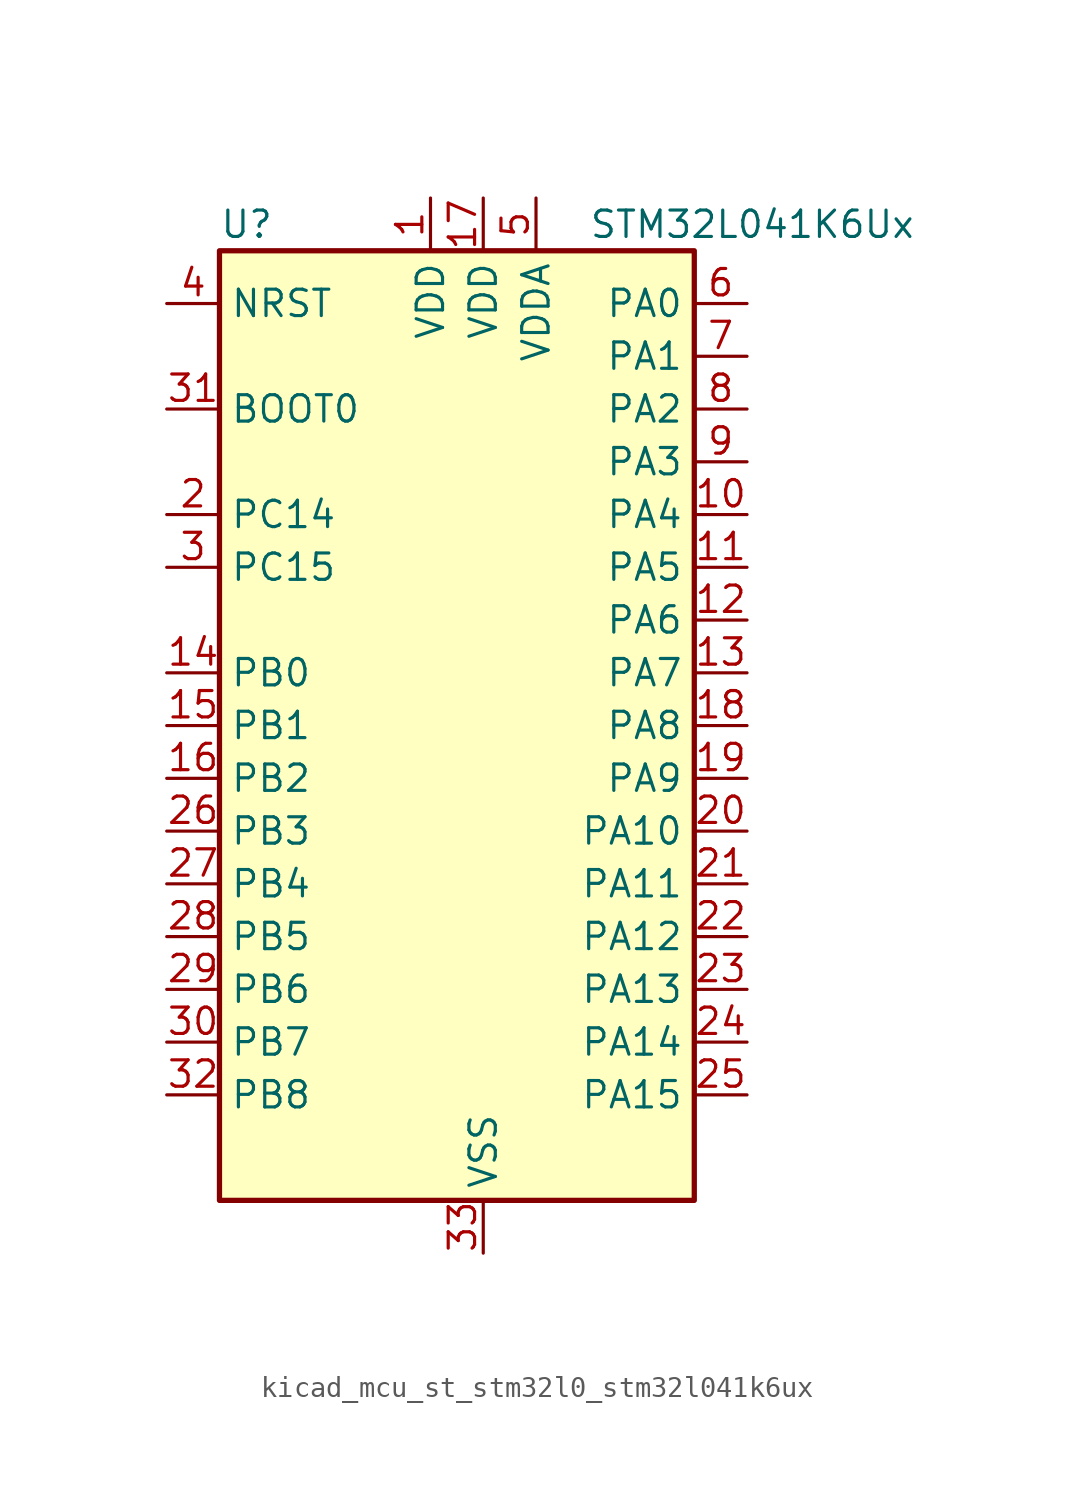
<source format=kicad_sym>
(kicad_symbol_lib
  (version 20220914)
  (generator kicad_symbol_editor)
  (symbol "kicad_mcu_st_stm32l0_stm32l041k6ux"
    (property "Reference" "U"
      (at -10.16 24.13 0)
      (effects (font (size 1.27 1.27)) (justify left)))
    (property "Value" "STM32L041K6Ux"
      (at 7.62 24.13 0)
      (effects (font (size 1.27 1.27)) (justify left)))
    (property "ki_locked" ""
      (at 0 0 0)
      (effects (font (size 1.27 1.27))))
    (symbol "kicad_mcu_st_stm32l0_stm32l041k6ux_0_1"
      (rectangle (start -10.16 -22.86) (end 12.7 22.86) (stroke (width 0.254) (type default)) (fill (type background))))
    (symbol "kicad_mcu_st_stm32l0_stm32l041k6ux_1_1"
      (pin power_in line (at 0 25.4 270) (length 2.54) (name "VDD" (effects (font (size 1.27 1.27)))) (number "1" (effects (font (size 1.27 1.27)))))
      (pin bidirectional line (at 15.24 10.16 180) (length 2.54) (name "PA4" (effects (font (size 1.27 1.27)))) (number "10" (effects (font (size 1.27 1.27)))) (alternate "ADC_IN4" bidirectional line) (alternate "COMP1_INM" bidirectional line) (alternate "COMP2_INM" bidirectional line) (alternate "LPTIM1_IN1" bidirectional line) (alternate "SPI1_NSS" bidirectional line) (alternate "TIM22_ETR" bidirectional line) (alternate "USART2_CK" bidirectional line))
      (pin bidirectional line (at 15.24 7.62 180) (length 2.54) (name "PA5" (effects (font (size 1.27 1.27)))) (number "11" (effects (font (size 1.27 1.27)))) (alternate "ADC_IN5" bidirectional line) (alternate "COMP1_INM" bidirectional line) (alternate "COMP2_INM" bidirectional line) (alternate "LPTIM1_IN2" bidirectional line) (alternate "SPI1_SCK" bidirectional line) (alternate "TIM2_CH1" bidirectional line) (alternate "TIM2_ETR" bidirectional line))
      (pin bidirectional line (at 15.24 5.08 180) (length 2.54) (name "PA6" (effects (font (size 1.27 1.27)))) (number "12" (effects (font (size 1.27 1.27)))) (alternate "ADC_IN6" bidirectional line) (alternate "COMP1_OUT" bidirectional line) (alternate "LPTIM1_ETR" bidirectional line) (alternate "LPUART1_CTS" bidirectional line) (alternate "SPI1_MISO" bidirectional line) (alternate "TIM22_CH1" bidirectional line))
      (pin bidirectional line (at 15.24 2.54 180) (length 2.54) (name "PA7" (effects (font (size 1.27 1.27)))) (number "13" (effects (font (size 1.27 1.27)))) (alternate "ADC_IN7" bidirectional line) (alternate "COMP2_OUT" bidirectional line) (alternate "LPTIM1_OUT" bidirectional line) (alternate "SPI1_MOSI" bidirectional line) (alternate "TIM22_CH2" bidirectional line) (alternate "USART2_CTS" bidirectional line))
      (pin bidirectional line (at -12.7 2.54 0) (length 2.54) (name "PB0" (effects (font (size 1.27 1.27)))) (number "14" (effects (font (size 1.27 1.27)))) (alternate "ADC_IN8" bidirectional line) (alternate "SPI1_MISO" bidirectional line) (alternate "SYS_VREF_OUT_PB0" bidirectional line) (alternate "TIM2_CH3" bidirectional line) (alternate "USART2_DE" bidirectional line) (alternate "USART2_RTS" bidirectional line))
      (pin bidirectional line (at -12.7 0 0) (length 2.54) (name "PB1" (effects (font (size 1.27 1.27)))) (number "15" (effects (font (size 1.27 1.27)))) (alternate "ADC_IN9" bidirectional line) (alternate "LPUART1_DE" bidirectional line) (alternate "LPUART1_RTS" bidirectional line) (alternate "SPI1_MOSI" bidirectional line) (alternate "SYS_VREF_OUT_PB1" bidirectional line) (alternate "TIM2_CH4" bidirectional line) (alternate "USART2_CK" bidirectional line))
      (pin bidirectional line (at -12.7 -2.54 0) (length 2.54) (name "PB2" (effects (font (size 1.27 1.27)))) (number "16" (effects (font (size 1.27 1.27)))) (alternate "LPTIM1_OUT" bidirectional line))
      (pin power_in line (at 2.54 25.4 270) (length 2.54) (name "VDD" (effects (font (size 1.27 1.27)))) (number "17" (effects (font (size 1.27 1.27)))))
      (pin bidirectional line (at 15.24 0 180) (length 2.54) (name "PA8" (effects (font (size 1.27 1.27)))) (number "18" (effects (font (size 1.27 1.27)))) (alternate "LPTIM1_IN1" bidirectional line) (alternate "RCC_MCO" bidirectional line) (alternate "TIM2_CH1" bidirectional line) (alternate "USART2_CK" bidirectional line))
      (pin bidirectional line (at 15.24 -2.54 180) (length 2.54) (name "PA9" (effects (font (size 1.27 1.27)))) (number "19" (effects (font (size 1.27 1.27)))) (alternate "I2C1_SCL" bidirectional line) (alternate "RCC_MCO" bidirectional line) (alternate "TIM22_CH1" bidirectional line) (alternate "USART2_TX" bidirectional line))
      (pin bidirectional line (at -12.7 10.16 0) (length 2.54) (name "PC14" (effects (font (size 1.27 1.27)))) (number "2" (effects (font (size 1.27 1.27)))) (alternate "RCC_OSC32_IN" bidirectional line))
      (pin bidirectional line (at 15.24 -5.08 180) (length 2.54) (name "PA10" (effects (font (size 1.27 1.27)))) (number "20" (effects (font (size 1.27 1.27)))) (alternate "I2C1_SDA" bidirectional line) (alternate "TIM22_CH2" bidirectional line) (alternate "USART2_RX" bidirectional line))
      (pin bidirectional line (at 15.24 -7.62 180) (length 2.54) (name "PA11" (effects (font (size 1.27 1.27)))) (number "21" (effects (font (size 1.27 1.27)))) (alternate "ADC_EXTI11" bidirectional line) (alternate "COMP1_OUT" bidirectional line) (alternate "SPI1_MISO" bidirectional line) (alternate "TIM21_CH2" bidirectional line) (alternate "USART2_CTS" bidirectional line))
      (pin bidirectional line (at 15.24 -10.16 180) (length 2.54) (name "PA12" (effects (font (size 1.27 1.27)))) (number "22" (effects (font (size 1.27 1.27)))) (alternate "COMP2_OUT" bidirectional line) (alternate "SPI1_MOSI" bidirectional line) (alternate "USART2_DE" bidirectional line) (alternate "USART2_RTS" bidirectional line))
      (pin bidirectional line (at 15.24 -12.7 180) (length 2.54) (name "PA13" (effects (font (size 1.27 1.27)))) (number "23" (effects (font (size 1.27 1.27)))) (alternate "LPTIM1_ETR" bidirectional line) (alternate "LPUART1_RX" bidirectional line) (alternate "SYS_SWDIO" bidirectional line))
      (pin bidirectional line (at 15.24 -15.24 180) (length 2.54) (name "PA14" (effects (font (size 1.27 1.27)))) (number "24" (effects (font (size 1.27 1.27)))) (alternate "I2C1_SMBA" bidirectional line) (alternate "LPTIM1_OUT" bidirectional line) (alternate "LPUART1_TX" bidirectional line) (alternate "SYS_SWCLK" bidirectional line) (alternate "USART2_TX" bidirectional line))
      (pin bidirectional line (at 15.24 -17.78 180) (length 2.54) (name "PA15" (effects (font (size 1.27 1.27)))) (number "25" (effects (font (size 1.27 1.27)))) (alternate "SPI1_NSS" bidirectional line) (alternate "TIM2_CH1" bidirectional line) (alternate "TIM2_ETR" bidirectional line) (alternate "USART2_RX" bidirectional line))
      (pin bidirectional line (at -12.7 -5.08 0) (length 2.54) (name "PB3" (effects (font (size 1.27 1.27)))) (number "26" (effects (font (size 1.27 1.27)))) (alternate "COMP2_INM" bidirectional line) (alternate "SPI1_SCK" bidirectional line) (alternate "TIM2_CH2" bidirectional line))
      (pin bidirectional line (at -12.7 -7.62 0) (length 2.54) (name "PB4" (effects (font (size 1.27 1.27)))) (number "27" (effects (font (size 1.27 1.27)))) (alternate "COMP2_INP" bidirectional line) (alternate "SPI1_MISO" bidirectional line) (alternate "TIM22_CH1" bidirectional line))
      (pin bidirectional line (at -12.7 -10.16 0) (length 2.54) (name "PB5" (effects (font (size 1.27 1.27)))) (number "28" (effects (font (size 1.27 1.27)))) (alternate "COMP2_INP" bidirectional line) (alternate "I2C1_SMBA" bidirectional line) (alternate "LPTIM1_IN1" bidirectional line) (alternate "SPI1_MOSI" bidirectional line) (alternate "TIM22_CH2" bidirectional line))
      (pin bidirectional line (at -12.7 -12.7 0) (length 2.54) (name "PB6" (effects (font (size 1.27 1.27)))) (number "29" (effects (font (size 1.27 1.27)))) (alternate "COMP2_INP" bidirectional line) (alternate "I2C1_SCL" bidirectional line) (alternate "LPTIM1_ETR" bidirectional line) (alternate "TIM21_CH1" bidirectional line) (alternate "USART2_TX" bidirectional line))
      (pin bidirectional line (at -12.7 7.62 0) (length 2.54) (name "PC15" (effects (font (size 1.27 1.27)))) (number "3" (effects (font (size 1.27 1.27)))) (alternate "RCC_OSC32_OUT" bidirectional line))
      (pin bidirectional line (at -12.7 -15.24 0) (length 2.54) (name "PB7" (effects (font (size 1.27 1.27)))) (number "30" (effects (font (size 1.27 1.27)))) (alternate "COMP2_INP" bidirectional line) (alternate "I2C1_SDA" bidirectional line) (alternate "LPTIM1_IN2" bidirectional line) (alternate "SYS_PVD_IN" bidirectional line) (alternate "USART2_RX" bidirectional line))
      (pin input line (at -12.7 15.24 0) (length 2.54) (name "BOOT0" (effects (font (size 1.27 1.27)))) (number "31" (effects (font (size 1.27 1.27)))))
      (pin bidirectional line (at -12.7 -17.78 0) (length 2.54) (name "PB8" (effects (font (size 1.27 1.27)))) (number "32" (effects (font (size 1.27 1.27)))) (alternate "I2C1_SCL" bidirectional line))
      (pin power_in line (at 2.54 -25.4 90) (length 2.54) (name "VSS" (effects (font (size 1.27 1.27)))) (number "33" (effects (font (size 1.27 1.27)))))
      (pin input line (at -12.7 20.32 0) (length 2.54) (name "NRST" (effects (font (size 1.27 1.27)))) (number "4" (effects (font (size 1.27 1.27)))))
      (pin power_in line (at 5.08 25.4 270) (length 2.54) (name "VDDA" (effects (font (size 1.27 1.27)))) (number "5" (effects (font (size 1.27 1.27)))))
      (pin bidirectional line (at 15.24 20.32 180) (length 2.54) (name "PA0" (effects (font (size 1.27 1.27)))) (number "6" (effects (font (size 1.27 1.27)))) (alternate "ADC_IN0" bidirectional line) (alternate "COMP1_INM" bidirectional line) (alternate "COMP1_OUT" bidirectional line) (alternate "LPTIM1_IN1" bidirectional line) (alternate "RCC_CK_IN" bidirectional line) (alternate "RTC_TAMP2" bidirectional line) (alternate "SYS_WKUP1" bidirectional line) (alternate "TIM2_CH1" bidirectional line) (alternate "TIM2_ETR" bidirectional line) (alternate "USART2_CTS" bidirectional line))
      (pin bidirectional line (at 15.24 17.78 180) (length 2.54) (name "PA1" (effects (font (size 1.27 1.27)))) (number "7" (effects (font (size 1.27 1.27)))) (alternate "ADC_IN1" bidirectional line) (alternate "COMP1_INP" bidirectional line) (alternate "I2C1_SMBA" bidirectional line) (alternate "LPTIM1_IN2" bidirectional line) (alternate "TIM21_ETR" bidirectional line) (alternate "TIM2_CH2" bidirectional line) (alternate "USART2_DE" bidirectional line) (alternate "USART2_RTS" bidirectional line))
      (pin bidirectional line (at 15.24 15.24 180) (length 2.54) (name "PA2" (effects (font (size 1.27 1.27)))) (number "8" (effects (font (size 1.27 1.27)))) (alternate "ADC_IN2" bidirectional line) (alternate "COMP2_INM" bidirectional line) (alternate "COMP2_OUT" bidirectional line) (alternate "LPUART1_TX" bidirectional line) (alternate "RTC_OUT_ALARM" bidirectional line) (alternate "RTC_OUT_CALIB" bidirectional line) (alternate "RTC_TAMP3" bidirectional line) (alternate "RTC_TS" bidirectional line) (alternate "SYS_WKUP3" bidirectional line) (alternate "TIM21_CH1" bidirectional line) (alternate "TIM2_CH3" bidirectional line) (alternate "USART2_TX" bidirectional line))
      (pin bidirectional line (at 15.24 12.7 180) (length 2.54) (name "PA3" (effects (font (size 1.27 1.27)))) (number "9" (effects (font (size 1.27 1.27)))) (alternate "ADC_IN3" bidirectional line) (alternate "COMP2_INP" bidirectional line) (alternate "LPUART1_RX" bidirectional line) (alternate "TIM21_CH2" bidirectional line) (alternate "TIM2_CH4" bidirectional line) (alternate "USART2_RX" bidirectional line)))))
</source>
